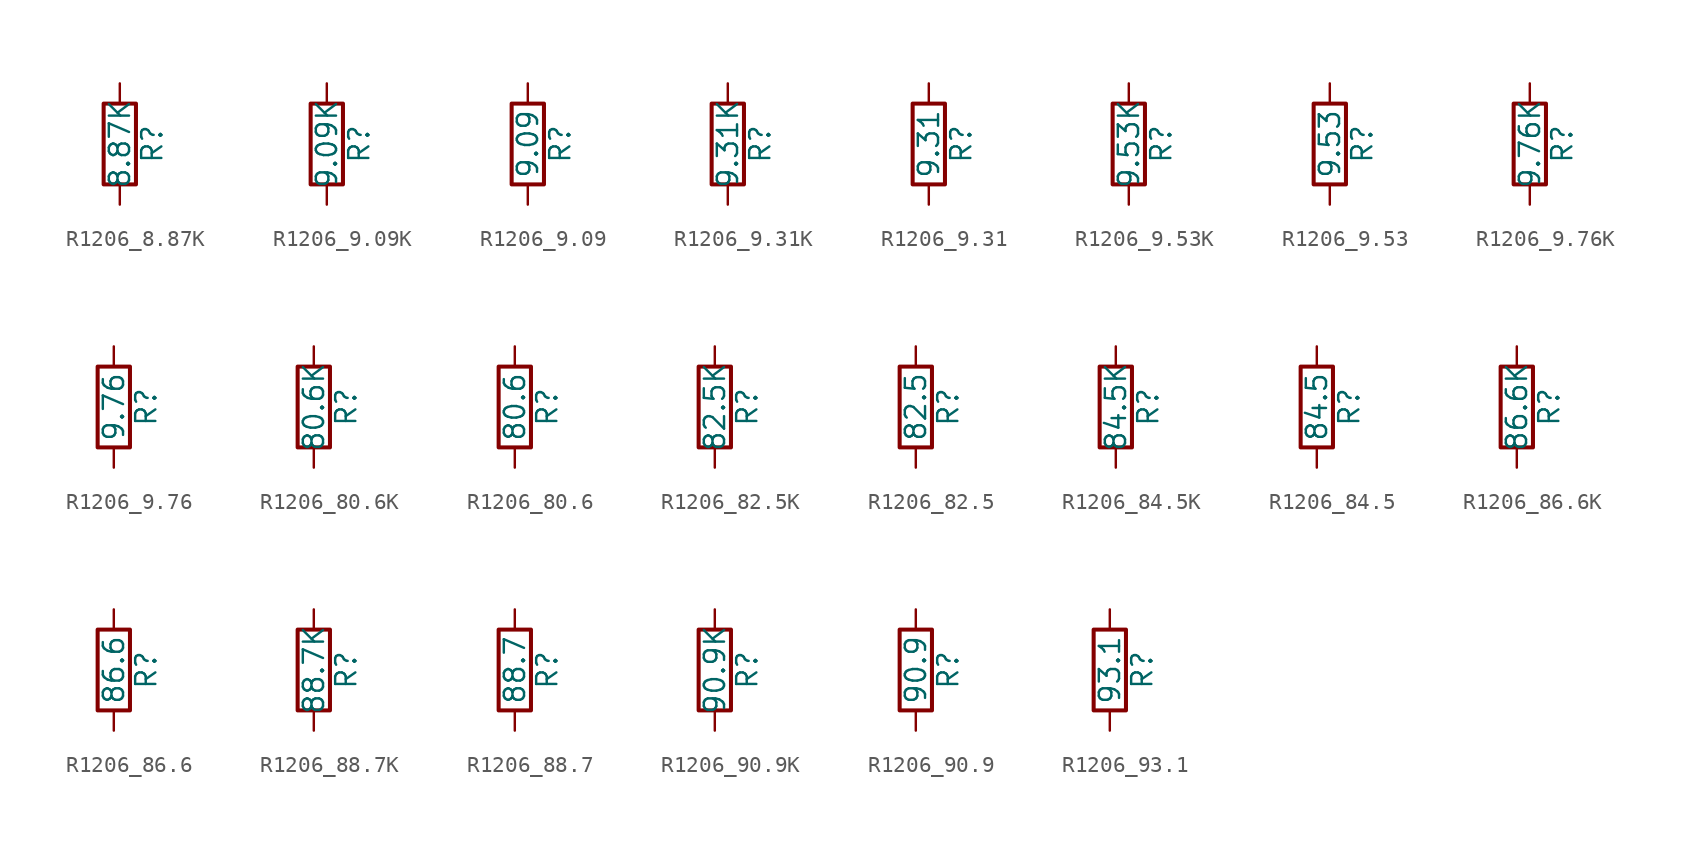
<source format=kicad_sym>
(kicad_symbol_lib
  (version 20211014)
  (generator atlantix-eda)
  (symbol "R1206_8.87K"
    (pin_numbers hide)
    (pin_names
      (offset 0))
    (property "Reference" "R"
      (at 2.032 0 90)
      (effects (font (size 1.27 1.27))))
    (property "Value" "8.87K"
      (at 0 0 90)
      (effects (font (size 1.27 1.27))))
    (symbol "R1206_8.87K_0_1"
      (rectangle (start -1.016 -2.54) (end 1.016 2.54) (stroke (width 0.254) (type default) (color 0 0 0 0)) (fill (type none))))
    (symbol "R1206_8.87K_1_1"
      (pin passive line (at 0 3.81 270) (length 1.27) (name "~" (effects (font (size 1.27 1.27)))) (number "1" (effects (font (size 1.27 1.27)))))
      (pin passive line (at 0 -3.81 90) (length 1.27) (name "~" (effects (font (size 1.27 1.27)))) (number "2" (effects (font (size 1.27 1.27)))))))
  (symbol "R1206_9.09K"
    (pin_numbers hide)
    (pin_names
      (offset 0))
    (property "Reference" "R"
      (at 2.032 0 90)
      (effects (font (size 1.27 1.27))))
    (property "Value" "9.09K"
      (at 0 0 90)
      (effects (font (size 1.27 1.27))))
    (symbol "R1206_9.09K_0_1"
      (rectangle (start -1.016 -2.54) (end 1.016 2.54) (stroke (width 0.254) (type default) (color 0 0 0 0)) (fill (type none))))
    (symbol "R1206_9.09K_1_1"
      (pin passive line (at 0 3.81 270) (length 1.27) (name "~" (effects (font (size 1.27 1.27)))) (number "1" (effects (font (size 1.27 1.27)))))
      (pin passive line (at 0 -3.81 90) (length 1.27) (name "~" (effects (font (size 1.27 1.27)))) (number "2" (effects (font (size 1.27 1.27)))))))
  (symbol "R1206_9.09"
    (pin_numbers hide)
    (pin_names
      (offset 0))
    (property "Reference" "R"
      (at 2.032 0 90)
      (effects (font (size 1.27 1.27))))
    (property "Value" "9.09"
      (at 0 0 90)
      (effects (font (size 1.27 1.27))))
    (symbol "R1206_9.09_0_1"
      (rectangle (start -1.016 -2.54) (end 1.016 2.54) (stroke (width 0.254) (type default) (color 0 0 0 0)) (fill (type none))))
    (symbol "R1206_9.09_1_1"
      (pin passive line (at 0 3.81 270) (length 1.27) (name "~" (effects (font (size 1.27 1.27)))) (number "1" (effects (font (size 1.27 1.27)))))
      (pin passive line (at 0 -3.81 90) (length 1.27) (name "~" (effects (font (size 1.27 1.27)))) (number "2" (effects (font (size 1.27 1.27)))))))
  (symbol "R1206_9.31K"
    (pin_numbers hide)
    (pin_names
      (offset 0))
    (property "Reference" "R"
      (at 2.032 0 90)
      (effects (font (size 1.27 1.27))))
    (property "Value" "9.31K"
      (at 0 0 90)
      (effects (font (size 1.27 1.27))))
    (symbol "R1206_9.31K_0_1"
      (rectangle (start -1.016 -2.54) (end 1.016 2.54) (stroke (width 0.254) (type default) (color 0 0 0 0)) (fill (type none))))
    (symbol "R1206_9.31K_1_1"
      (pin passive line (at 0 3.81 270) (length 1.27) (name "~" (effects (font (size 1.27 1.27)))) (number "1" (effects (font (size 1.27 1.27)))))
      (pin passive line (at 0 -3.81 90) (length 1.27) (name "~" (effects (font (size 1.27 1.27)))) (number "2" (effects (font (size 1.27 1.27)))))))
  (symbol "R1206_9.31"
    (pin_numbers hide)
    (pin_names
      (offset 0))
    (property "Reference" "R"
      (at 2.032 0 90)
      (effects (font (size 1.27 1.27))))
    (property "Value" "9.31"
      (at 0 0 90)
      (effects (font (size 1.27 1.27))))
    (symbol "R1206_9.31_0_1"
      (rectangle (start -1.016 -2.54) (end 1.016 2.54) (stroke (width 0.254) (type default) (color 0 0 0 0)) (fill (type none))))
    (symbol "R1206_9.31_1_1"
      (pin passive line (at 0 3.81 270) (length 1.27) (name "~" (effects (font (size 1.27 1.27)))) (number "1" (effects (font (size 1.27 1.27)))))
      (pin passive line (at 0 -3.81 90) (length 1.27) (name "~" (effects (font (size 1.27 1.27)))) (number "2" (effects (font (size 1.27 1.27)))))))
  (symbol "R1206_9.53K"
    (pin_numbers hide)
    (pin_names
      (offset 0))
    (property "Reference" "R"
      (at 2.032 0 90)
      (effects (font (size 1.27 1.27))))
    (property "Value" "9.53K"
      (at 0 0 90)
      (effects (font (size 1.27 1.27))))
    (symbol "R1206_9.53K_0_1"
      (rectangle (start -1.016 -2.54) (end 1.016 2.54) (stroke (width 0.254) (type default) (color 0 0 0 0)) (fill (type none))))
    (symbol "R1206_9.53K_1_1"
      (pin passive line (at 0 3.81 270) (length 1.27) (name "~" (effects (font (size 1.27 1.27)))) (number "1" (effects (font (size 1.27 1.27)))))
      (pin passive line (at 0 -3.81 90) (length 1.27) (name "~" (effects (font (size 1.27 1.27)))) (number "2" (effects (font (size 1.27 1.27)))))))
  (symbol "R1206_9.53"
    (pin_numbers hide)
    (pin_names
      (offset 0))
    (property "Reference" "R"
      (at 2.032 0 90)
      (effects (font (size 1.27 1.27))))
    (property "Value" "9.53"
      (at 0 0 90)
      (effects (font (size 1.27 1.27))))
    (symbol "R1206_9.53_0_1"
      (rectangle (start -1.016 -2.54) (end 1.016 2.54) (stroke (width 0.254) (type default) (color 0 0 0 0)) (fill (type none))))
    (symbol "R1206_9.53_1_1"
      (pin passive line (at 0 3.81 270) (length 1.27) (name "~" (effects (font (size 1.27 1.27)))) (number "1" (effects (font (size 1.27 1.27)))))
      (pin passive line (at 0 -3.81 90) (length 1.27) (name "~" (effects (font (size 1.27 1.27)))) (number "2" (effects (font (size 1.27 1.27)))))))
  (symbol "R1206_9.76K"
    (pin_numbers hide)
    (pin_names
      (offset 0))
    (property "Reference" "R"
      (at 2.032 0 90)
      (effects (font (size 1.27 1.27))))
    (property "Value" "9.76K"
      (at 0 0 90)
      (effects (font (size 1.27 1.27))))
    (symbol "R1206_9.76K_0_1"
      (rectangle (start -1.016 -2.54) (end 1.016 2.54) (stroke (width 0.254) (type default) (color 0 0 0 0)) (fill (type none))))
    (symbol "R1206_9.76K_1_1"
      (pin passive line (at 0 3.81 270) (length 1.27) (name "~" (effects (font (size 1.27 1.27)))) (number "1" (effects (font (size 1.27 1.27)))))
      (pin passive line (at 0 -3.81 90) (length 1.27) (name "~" (effects (font (size 1.27 1.27)))) (number "2" (effects (font (size 1.27 1.27)))))))
  (symbol "R1206_9.76"
    (pin_numbers hide)
    (pin_names
      (offset 0))
    (property "Reference" "R"
      (at 2.032 0 90)
      (effects (font (size 1.27 1.27))))
    (property "Value" "9.76"
      (at 0 0 90)
      (effects (font (size 1.27 1.27))))
    (symbol "R1206_9.76_0_1"
      (rectangle (start -1.016 -2.54) (end 1.016 2.54) (stroke (width 0.254) (type default) (color 0 0 0 0)) (fill (type none))))
    (symbol "R1206_9.76_1_1"
      (pin passive line (at 0 3.81 270) (length 1.27) (name "~" (effects (font (size 1.27 1.27)))) (number "1" (effects (font (size 1.27 1.27)))))
      (pin passive line (at 0 -3.81 90) (length 1.27) (name "~" (effects (font (size 1.27 1.27)))) (number "2" (effects (font (size 1.27 1.27)))))))
  (symbol "R1206_80.6K"
    (pin_numbers hide)
    (pin_names
      (offset 0))
    (property "Reference" "R"
      (at 2.032 0 90)
      (effects (font (size 1.27 1.27))))
    (property "Value" "80.6K"
      (at 0 0 90)
      (effects (font (size 1.27 1.27))))
    (symbol "R1206_80.6K_0_1"
      (rectangle (start -1.016 -2.54) (end 1.016 2.54) (stroke (width 0.254) (type default) (color 0 0 0 0)) (fill (type none))))
    (symbol "R1206_80.6K_1_1"
      (pin passive line (at 0 3.81 270) (length 1.27) (name "~" (effects (font (size 1.27 1.27)))) (number "1" (effects (font (size 1.27 1.27)))))
      (pin passive line (at 0 -3.81 90) (length 1.27) (name "~" (effects (font (size 1.27 1.27)))) (number "2" (effects (font (size 1.27 1.27)))))))
  (symbol "R1206_80.6"
    (pin_numbers hide)
    (pin_names
      (offset 0))
    (property "Reference" "R"
      (at 2.032 0 90)
      (effects (font (size 1.27 1.27))))
    (property "Value" "80.6"
      (at 0 0 90)
      (effects (font (size 1.27 1.27))))
    (symbol "R1206_80.6_0_1"
      (rectangle (start -1.016 -2.54) (end 1.016 2.54) (stroke (width 0.254) (type default) (color 0 0 0 0)) (fill (type none))))
    (symbol "R1206_80.6_1_1"
      (pin passive line (at 0 3.81 270) (length 1.27) (name "~" (effects (font (size 1.27 1.27)))) (number "1" (effects (font (size 1.27 1.27)))))
      (pin passive line (at 0 -3.81 90) (length 1.27) (name "~" (effects (font (size 1.27 1.27)))) (number "2" (effects (font (size 1.27 1.27)))))))
  (symbol "R1206_82.5K"
    (pin_numbers hide)
    (pin_names
      (offset 0))
    (property "Reference" "R"
      (at 2.032 0 90)
      (effects (font (size 1.27 1.27))))
    (property "Value" "82.5K"
      (at 0 0 90)
      (effects (font (size 1.27 1.27))))
    (symbol "R1206_82.5K_0_1"
      (rectangle (start -1.016 -2.54) (end 1.016 2.54) (stroke (width 0.254) (type default) (color 0 0 0 0)) (fill (type none))))
    (symbol "R1206_82.5K_1_1"
      (pin passive line (at 0 3.81 270) (length 1.27) (name "~" (effects (font (size 1.27 1.27)))) (number "1" (effects (font (size 1.27 1.27)))))
      (pin passive line (at 0 -3.81 90) (length 1.27) (name "~" (effects (font (size 1.27 1.27)))) (number "2" (effects (font (size 1.27 1.27)))))))
  (symbol "R1206_82.5"
    (pin_numbers hide)
    (pin_names
      (offset 0))
    (property "Reference" "R"
      (at 2.032 0 90)
      (effects (font (size 1.27 1.27))))
    (property "Value" "82.5"
      (at 0 0 90)
      (effects (font (size 1.27 1.27))))
    (symbol "R1206_82.5_0_1"
      (rectangle (start -1.016 -2.54) (end 1.016 2.54) (stroke (width 0.254) (type default) (color 0 0 0 0)) (fill (type none))))
    (symbol "R1206_82.5_1_1"
      (pin passive line (at 0 3.81 270) (length 1.27) (name "~" (effects (font (size 1.27 1.27)))) (number "1" (effects (font (size 1.27 1.27)))))
      (pin passive line (at 0 -3.81 90) (length 1.27) (name "~" (effects (font (size 1.27 1.27)))) (number "2" (effects (font (size 1.27 1.27)))))))
  (symbol "R1206_84.5K"
    (pin_numbers hide)
    (pin_names
      (offset 0))
    (property "Reference" "R"
      (at 2.032 0 90)
      (effects (font (size 1.27 1.27))))
    (property "Value" "84.5K"
      (at 0 0 90)
      (effects (font (size 1.27 1.27))))
    (symbol "R1206_84.5K_0_1"
      (rectangle (start -1.016 -2.54) (end 1.016 2.54) (stroke (width 0.254) (type default) (color 0 0 0 0)) (fill (type none))))
    (symbol "R1206_84.5K_1_1"
      (pin passive line (at 0 3.81 270) (length 1.27) (name "~" (effects (font (size 1.27 1.27)))) (number "1" (effects (font (size 1.27 1.27)))))
      (pin passive line (at 0 -3.81 90) (length 1.27) (name "~" (effects (font (size 1.27 1.27)))) (number "2" (effects (font (size 1.27 1.27)))))))
  (symbol "R1206_84.5"
    (pin_numbers hide)
    (pin_names
      (offset 0))
    (property "Reference" "R"
      (at 2.032 0 90)
      (effects (font (size 1.27 1.27))))
    (property "Value" "84.5"
      (at 0 0 90)
      (effects (font (size 1.27 1.27))))
    (symbol "R1206_84.5_0_1"
      (rectangle (start -1.016 -2.54) (end 1.016 2.54) (stroke (width 0.254) (type default) (color 0 0 0 0)) (fill (type none))))
    (symbol "R1206_84.5_1_1"
      (pin passive line (at 0 3.81 270) (length 1.27) (name "~" (effects (font (size 1.27 1.27)))) (number "1" (effects (font (size 1.27 1.27)))))
      (pin passive line (at 0 -3.81 90) (length 1.27) (name "~" (effects (font (size 1.27 1.27)))) (number "2" (effects (font (size 1.27 1.27)))))))
  (symbol "R1206_86.6K"
    (pin_numbers hide)
    (pin_names
      (offset 0))
    (property "Reference" "R"
      (at 2.032 0 90)
      (effects (font (size 1.27 1.27))))
    (property "Value" "86.6K"
      (at 0 0 90)
      (effects (font (size 1.27 1.27))))
    (symbol "R1206_86.6K_0_1"
      (rectangle (start -1.016 -2.54) (end 1.016 2.54) (stroke (width 0.254) (type default) (color 0 0 0 0)) (fill (type none))))
    (symbol "R1206_86.6K_1_1"
      (pin passive line (at 0 3.81 270) (length 1.27) (name "~" (effects (font (size 1.27 1.27)))) (number "1" (effects (font (size 1.27 1.27)))))
      (pin passive line (at 0 -3.81 90) (length 1.27) (name "~" (effects (font (size 1.27 1.27)))) (number "2" (effects (font (size 1.27 1.27)))))))
  (symbol "R1206_86.6"
    (pin_numbers hide)
    (pin_names
      (offset 0))
    (property "Reference" "R"
      (at 2.032 0 90)
      (effects (font (size 1.27 1.27))))
    (property "Value" "86.6"
      (at 0 0 90)
      (effects (font (size 1.27 1.27))))
    (symbol "R1206_86.6_0_1"
      (rectangle (start -1.016 -2.54) (end 1.016 2.54) (stroke (width 0.254) (type default) (color 0 0 0 0)) (fill (type none))))
    (symbol "R1206_86.6_1_1"
      (pin passive line (at 0 3.81 270) (length 1.27) (name "~" (effects (font (size 1.27 1.27)))) (number "1" (effects (font (size 1.27 1.27)))))
      (pin passive line (at 0 -3.81 90) (length 1.27) (name "~" (effects (font (size 1.27 1.27)))) (number "2" (effects (font (size 1.27 1.27)))))))
  (symbol "R1206_88.7K"
    (pin_numbers hide)
    (pin_names
      (offset 0))
    (property "Reference" "R"
      (at 2.032 0 90)
      (effects (font (size 1.27 1.27))))
    (property "Value" "88.7K"
      (at 0 0 90)
      (effects (font (size 1.27 1.27))))
    (symbol "R1206_88.7K_0_1"
      (rectangle (start -1.016 -2.54) (end 1.016 2.54) (stroke (width 0.254) (type default) (color 0 0 0 0)) (fill (type none))))
    (symbol "R1206_88.7K_1_1"
      (pin passive line (at 0 3.81 270) (length 1.27) (name "~" (effects (font (size 1.27 1.27)))) (number "1" (effects (font (size 1.27 1.27)))))
      (pin passive line (at 0 -3.81 90) (length 1.27) (name "~" (effects (font (size 1.27 1.27)))) (number "2" (effects (font (size 1.27 1.27)))))))
  (symbol "R1206_88.7"
    (pin_numbers hide)
    (pin_names
      (offset 0))
    (property "Reference" "R"
      (at 2.032 0 90)
      (effects (font (size 1.27 1.27))))
    (property "Value" "88.7"
      (at 0 0 90)
      (effects (font (size 1.27 1.27))))
    (symbol "R1206_88.7_0_1"
      (rectangle (start -1.016 -2.54) (end 1.016 2.54) (stroke (width 0.254) (type default) (color 0 0 0 0)) (fill (type none))))
    (symbol "R1206_88.7_1_1"
      (pin passive line (at 0 3.81 270) (length 1.27) (name "~" (effects (font (size 1.27 1.27)))) (number "1" (effects (font (size 1.27 1.27)))))
      (pin passive line (at 0 -3.81 90) (length 1.27) (name "~" (effects (font (size 1.27 1.27)))) (number "2" (effects (font (size 1.27 1.27)))))))
  (symbol "R1206_90.9K"
    (pin_numbers hide)
    (pin_names
      (offset 0))
    (property "Reference" "R"
      (at 2.032 0 90)
      (effects (font (size 1.27 1.27))))
    (property "Value" "90.9K"
      (at 0 0 90)
      (effects (font (size 1.27 1.27))))
    (symbol "R1206_90.9K_0_1"
      (rectangle (start -1.016 -2.54) (end 1.016 2.54) (stroke (width 0.254) (type default) (color 0 0 0 0)) (fill (type none))))
    (symbol "R1206_90.9K_1_1"
      (pin passive line (at 0 3.81 270) (length 1.27) (name "~" (effects (font (size 1.27 1.27)))) (number "1" (effects (font (size 1.27 1.27)))))
      (pin passive line (at 0 -3.81 90) (length 1.27) (name "~" (effects (font (size 1.27 1.27)))) (number "2" (effects (font (size 1.27 1.27)))))))
  (symbol "R1206_90.9"
    (pin_numbers hide)
    (pin_names
      (offset 0))
    (property "Reference" "R"
      (at 2.032 0 90)
      (effects (font (size 1.27 1.27))))
    (property "Value" "90.9"
      (at 0 0 90)
      (effects (font (size 1.27 1.27))))
    (symbol "R1206_90.9_0_1"
      (rectangle (start -1.016 -2.54) (end 1.016 2.54) (stroke (width 0.254) (type default) (color 0 0 0 0)) (fill (type none))))
    (symbol "R1206_90.9_1_1"
      (pin passive line (at 0 3.81 270) (length 1.27) (name "~" (effects (font (size 1.27 1.27)))) (number "1" (effects (font (size 1.27 1.27)))))
      (pin passive line (at 0 -3.81 90) (length 1.27) (name "~" (effects (font (size 1.27 1.27)))) (number "2" (effects (font (size 1.27 1.27)))))))
  (symbol "R1206_93.1"
    (pin_numbers hide)
    (pin_names
      (offset 0))
    (property "Reference" "R"
      (at 2.032 0 90)
      (effects (font (size 1.27 1.27))))
    (property "Value" "93.1"
      (at 0 0 90)
      (effects (font (size 1.27 1.27))))
    (symbol "R1206_93.1_0_1"
      (rectangle (start -1.016 -2.54) (end 1.016 2.54) (stroke (width 0.254) (type default) (color 0 0 0 0)) (fill (type none))))
    (symbol "R1206_93.1_1_1"
      (pin passive line (at 0 3.81 270) (length 1.27) (name "~" (effects (font (size 1.27 1.27)))) (number "1" (effects (font (size 1.27 1.27)))))
      (pin passive line (at 0 -3.81 90) (length 1.27) (name "~" (effects (font (size 1.27 1.27)))) (number "2" (effects (font (size 1.27 1.27))))))))
</source>
